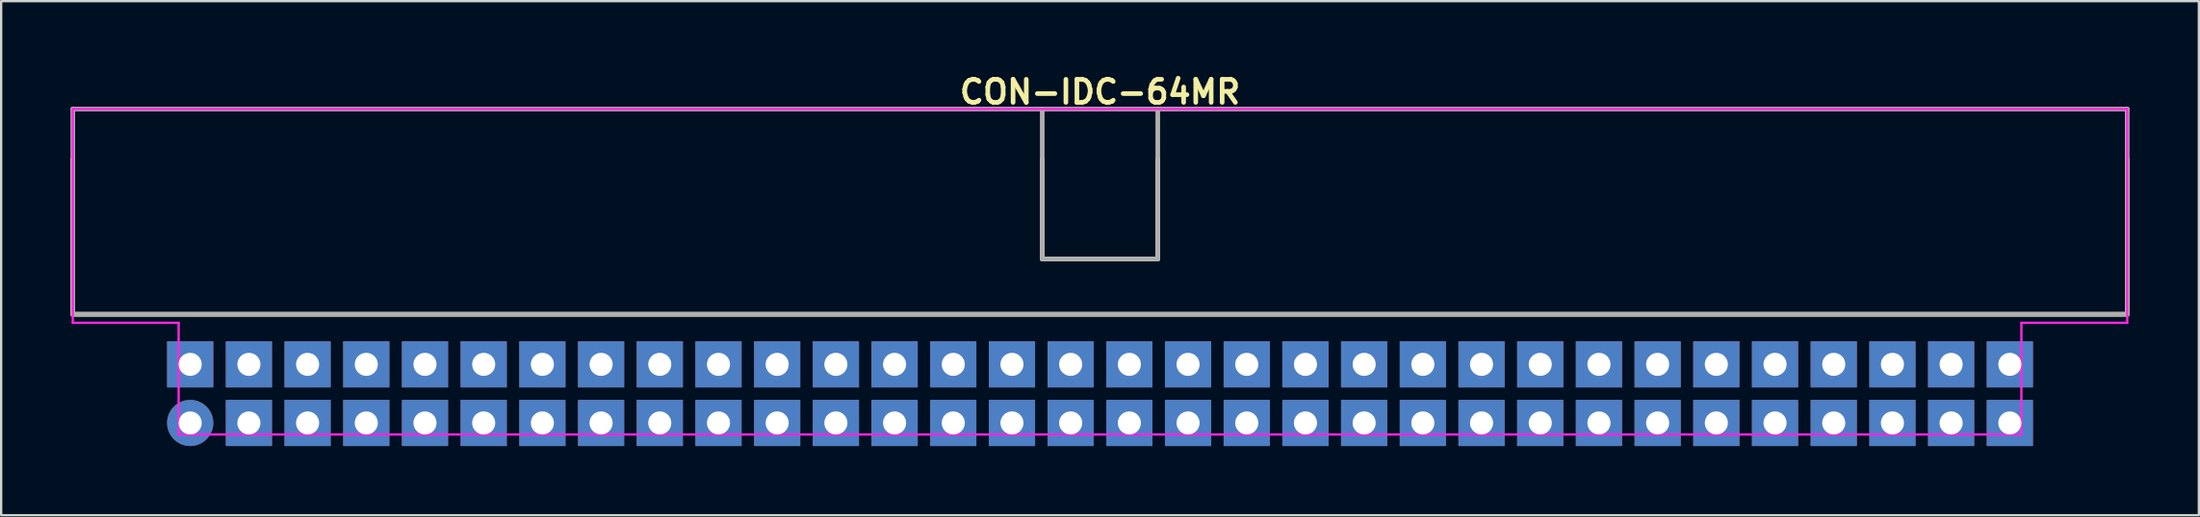
<source format=kicad_pcb>
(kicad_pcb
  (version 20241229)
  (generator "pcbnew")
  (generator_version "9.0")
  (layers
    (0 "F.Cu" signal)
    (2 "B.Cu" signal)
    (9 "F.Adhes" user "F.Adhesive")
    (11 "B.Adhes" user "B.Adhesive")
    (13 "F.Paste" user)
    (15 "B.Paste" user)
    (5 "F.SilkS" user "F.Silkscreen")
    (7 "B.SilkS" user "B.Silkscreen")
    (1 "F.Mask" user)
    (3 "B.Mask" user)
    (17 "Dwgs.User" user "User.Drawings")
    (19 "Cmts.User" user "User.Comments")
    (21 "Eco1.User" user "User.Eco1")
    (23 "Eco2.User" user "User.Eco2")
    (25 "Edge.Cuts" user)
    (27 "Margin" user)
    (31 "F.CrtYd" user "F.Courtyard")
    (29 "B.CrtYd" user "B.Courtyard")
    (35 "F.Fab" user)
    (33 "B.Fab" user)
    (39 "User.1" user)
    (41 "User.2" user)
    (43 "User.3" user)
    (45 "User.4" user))
  (footprint "CON-IDC-64MR"
    (layer "F.Cu")
    (at 44.55 14.017)
    (property "Reference" "CON-IDC-64MR" (at 0 -13.081 0) (layer "F.SilkS") (effects (font (size 1 1) (thickness 0.2))))
    (attr through_hole)
    (fp_line (start -44.45 -10.16) (end -44.45 -3.44) (stroke (width 0.2) (type solid)) (layer "F.SilkS"))
    (fp_line (start -44.45 -3.44) (end 44.45 -3.44) (stroke (width 0.2) (type solid)) (layer "F.SilkS"))
    (fp_line (start -2.5 -10.16) (end -2.5 -5.84) (stroke (width 0.2) (type solid)) (layer "F.SilkS"))
    (fp_line (start -2.5 -5.84) (end 2.5 -5.84) (stroke (width 0.2) (type solid)) (layer "F.SilkS"))
    (fp_line (start 2.5 -10.16) (end 2.5 -5.84) (stroke (width 0.2) (type solid)) (layer "F.SilkS"))
    (fp_line (start 44.45 -10.16) (end 44.45 -3.44) (stroke (width 0.2) (type solid)) (layer "F.SilkS"))
    (fp_line (start -44.45 -12.34) (end -44.45 -3.07) (stroke (width 0.1) (type solid)) (layer "F.CrtYd"))
    (fp_line (start -44.45 -12.34) (end 44.45 -12.34) (stroke (width 0.1) (type solid)) (layer "F.CrtYd"))
    (fp_line (start -44.45 -3.07) (end -39.87 -3.07) (stroke (width 0.1) (type solid)) (layer "F.CrtYd"))
    (fp_line (start -39.87 -3.07) (end -39.87 1.77) (stroke (width 0.1) (type solid)) (layer "F.CrtYd"))
    (fp_line (start -39.87 1.77) (end 39.87 1.77) (stroke (width 0.1) (type solid)) (layer "F.CrtYd"))
    (fp_line (start 39.87 -3.07) (end 39.87 1.77) (stroke (width 0.1) (type solid)) (layer "F.CrtYd"))
    (fp_line (start 39.87 -3.07) (end 44.45 -3.07) (stroke (width 0.1) (type solid)) (layer "F.CrtYd"))
    (fp_line (start 44.45 -12.34) (end 44.45 -3.07) (stroke (width 0.1) (type solid)) (layer "F.CrtYd"))
    (fp_line (start -44.45 -12.34) (end -44.45 -3.44) (stroke (width 0.2) (type solid)) (layer "F.Fab"))
    (fp_line (start -44.45 -12.34) (end 44.45 -12.34) (stroke (width 0.2) (type solid)) (layer "F.Fab"))
    (fp_line (start -44.45 -3.44) (end 44.45 -3.44) (stroke (width 0.2) (type solid)) (layer "F.Fab"))
    (fp_line (start -2.5 -12.34) (end -2.5 -5.84) (stroke (width 0.2) (type solid)) (layer "F.Fab"))
    (fp_line (start -2.5 -5.84) (end 2.5 -5.84) (stroke (width 0.2) (type solid)) (layer "F.Fab"))
    (fp_line (start 2.5 -12.34) (end 2.5 -5.84) (stroke (width 0.2) (type solid)) (layer "F.Fab"))
    (fp_line (start 44.45 -12.34) (end 44.45 -3.44) (stroke (width 0.2) (type solid)) (layer "F.Fab"))
    (pad "1" thru_hole circle (at -39.37 1.27) (size 2 2) (drill 1) (layers "B.Cu" "B.Mask"))
    (pad "2" thru_hole rect (at -39.37 -1.27) (size 2 2) (drill 1) (layers "B.Cu" "B.Mask"))
    (pad "3" thru_hole rect (at -36.83 1.27) (size 2 2) (drill 1) (layers "B.Cu" "B.Mask"))
    (pad "4" thru_hole rect (at -36.83 -1.27) (size 2 2) (drill 1) (layers "B.Cu" "B.Mask"))
    (pad "5" thru_hole rect (at -34.29 1.27) (size 2 2) (drill 1) (layers "B.Cu" "B.Mask"))
    (pad "6" thru_hole rect (at -34.29 -1.27) (size 2 2) (drill 1) (layers "B.Cu" "B.Mask"))
    (pad "7" thru_hole rect (at -31.75 1.27) (size 2 2) (drill 1) (layers "B.Cu" "B.Mask"))
    (pad "8" thru_hole rect (at -31.75 -1.27) (size 2 2) (drill 1) (layers "B.Cu" "B.Mask"))
    (pad "9" thru_hole rect (at -29.21 1.27) (size 2 2) (drill 1) (layers "B.Cu" "B.Mask"))
    (pad "10" thru_hole rect (at -29.21 -1.27) (size 2 2) (drill 1) (layers "B.Cu" "B.Mask"))
    (pad "11" thru_hole rect (at -26.67 1.27) (size 2 2) (drill 1) (layers "B.Cu" "B.Mask"))
    (pad "12" thru_hole rect (at -26.67 -1.27) (size 2 2) (drill 1) (layers "B.Cu" "B.Mask"))
    (pad "13" thru_hole rect (at -24.13 1.27) (size 2 2) (drill 1) (layers "B.Cu" "B.Mask"))
    (pad "14" thru_hole rect (at -24.13 -1.27) (size 2 2) (drill 1) (layers "B.Cu" "B.Mask"))
    (pad "15" thru_hole rect (at -21.59 1.27) (size 2 2) (drill 1) (layers "B.Cu" "B.Mask"))
    (pad "16" thru_hole rect (at -21.59 -1.27) (size 2 2) (drill 1) (layers "B.Cu" "B.Mask"))
    (pad "17" thru_hole rect (at -19.05 1.27) (size 2 2) (drill 1) (layers "B.Cu" "B.Mask"))
    (pad "18" thru_hole rect (at -19.05 -1.27) (size 2 2) (drill 1) (layers "B.Cu" "B.Mask"))
    (pad "19" thru_hole rect (at -16.51 1.27) (size 2 2) (drill 1) (layers "B.Cu" "B.Mask"))
    (pad "20" thru_hole rect (at -16.51 -1.27) (size 2 2) (drill 1) (layers "B.Cu" "B.Mask"))
    (pad "21" thru_hole rect (at -13.97 1.27) (size 2 2) (drill 1) (layers "B.Cu" "B.Mask"))
    (pad "22" thru_hole rect (at -13.97 -1.27) (size 2 2) (drill 1) (layers "B.Cu" "B.Mask"))
    (pad "23" thru_hole rect (at -11.43 1.27) (size 2 2) (drill 1) (layers "B.Cu" "B.Mask"))
    (pad "24" thru_hole rect (at -11.43 -1.27) (size 2 2) (drill 1) (layers "B.Cu" "B.Mask"))
    (pad "25" thru_hole rect (at -8.89 1.27) (size 2 2) (drill 1) (layers "B.Cu" "B.Mask"))
    (pad "26" thru_hole rect (at -8.89 -1.27) (size 2 2) (drill 1) (layers "B.Cu" "B.Mask"))
    (pad "27" thru_hole rect (at -6.35 1.27) (size 2 2) (drill 1) (layers "B.Cu" "B.Mask"))
    (pad "28" thru_hole rect (at -6.35 -1.27) (size 2 2) (drill 1) (layers "B.Cu" "B.Mask"))
    (pad "29" thru_hole rect (at -3.81 1.27) (size 2 2) (drill 1) (layers "B.Cu" "B.Mask"))
    (pad "30" thru_hole rect (at -3.81 -1.27) (size 2 2) (drill 1) (layers "B.Cu" "B.Mask"))
    (pad "31" thru_hole rect (at -1.27 1.27) (size 2 2) (drill 1) (layers "B.Cu" "B.Mask"))
    (pad "32" thru_hole rect (at -1.27 -1.27) (size 2 2) (drill 1) (layers "B.Cu" "B.Mask"))
    (pad "33" thru_hole rect (at 1.27 1.27) (size 2 2) (drill 1) (layers "B.Cu" "B.Mask"))
    (pad "34" thru_hole rect (at 1.27 -1.27) (size 2 2) (drill 1) (layers "B.Cu" "B.Mask"))
    (pad "35" thru_hole rect (at 3.81 1.27) (size 2 2) (drill 1) (layers "B.Cu" "B.Mask"))
    (pad "36" thru_hole rect (at 3.81 -1.27) (size 2 2) (drill 1) (layers "B.Cu" "B.Mask"))
    (pad "37" thru_hole rect (at 6.35 1.27) (size 2 2) (drill 1) (layers "B.Cu" "B.Mask"))
    (pad "38" thru_hole rect (at 6.35 -1.27) (size 2 2) (drill 1) (layers "B.Cu" "B.Mask"))
    (pad "39" thru_hole rect (at 8.89 1.27) (size 2 2) (drill 1) (layers "B.Cu" "B.Mask"))
    (pad "40" thru_hole rect (at 8.89 -1.27) (size 2 2) (drill 1) (layers "B.Cu" "B.Mask"))
    (pad "41" thru_hole rect (at 11.43 1.27) (size 2 2) (drill 1) (layers "B.Cu" "B.Mask"))
    (pad "42" thru_hole rect (at 11.43 -1.27) (size 2 2) (drill 1) (layers "B.Cu" "B.Mask"))
    (pad "43" thru_hole rect (at 13.97 1.27) (size 2 2) (drill 1) (layers "B.Cu" "B.Mask"))
    (pad "44" thru_hole rect (at 13.97 -1.27) (size 2 2) (drill 1) (layers "B.Cu" "B.Mask"))
    (pad "45" thru_hole rect (at 16.51 1.27) (size 2 2) (drill 1) (layers "B.Cu" "B.Mask"))
    (pad "46" thru_hole rect (at 16.51 -1.27) (size 2 2) (drill 1) (layers "B.Cu" "B.Mask"))
    (pad "47" thru_hole rect (at 19.05 1.27) (size 2 2) (drill 1) (layers "B.Cu" "B.Mask"))
    (pad "48" thru_hole rect (at 19.05 -1.27) (size 2 2) (drill 1) (layers "B.Cu" "B.Mask"))
    (pad "49" thru_hole rect (at 21.59 1.27) (size 2 2) (drill 1) (layers "B.Cu" "B.Mask"))
    (pad "50" thru_hole rect (at 21.59 -1.27) (size 2 2) (drill 1) (layers "B.Cu" "B.Mask"))
    (pad "51" thru_hole rect (at 24.13 1.27) (size 2 2) (drill 1) (layers "B.Cu" "B.Mask"))
    (pad "52" thru_hole rect (at 24.13 -1.27) (size 2 2) (drill 1) (layers "B.Cu" "B.Mask"))
    (pad "53" thru_hole rect (at 26.67 1.27) (size 2 2) (drill 1) (layers "B.Cu" "B.Mask"))
    (pad "54" thru_hole rect (at 26.67 -1.27) (size 2 2) (drill 1) (layers "B.Cu" "B.Mask"))
    (pad "55" thru_hole rect (at 29.21 1.27) (size 2 2) (drill 1) (layers "B.Cu" "B.Mask"))
    (pad "56" thru_hole rect (at 29.21 -1.27) (size 2 2) (drill 1) (layers "B.Cu" "B.Mask"))
    (pad "57" thru_hole rect (at 31.75 1.27) (size 2 2) (drill 1) (layers "B.Cu" "B.Mask"))
    (pad "58" thru_hole rect (at 31.75 -1.27) (size 2 2) (drill 1) (layers "B.Cu" "B.Mask"))
    (pad "59" thru_hole rect (at 34.29 1.27) (size 2 2) (drill 1) (layers "B.Cu" "B.Mask"))
    (pad "60" thru_hole rect (at 34.29 -1.27) (size 2 2) (drill 1) (layers "B.Cu" "B.Mask"))
    (pad "61" thru_hole rect (at 36.83 1.27) (size 2 2) (drill 1) (layers "B.Cu" "B.Mask"))
    (pad "62" thru_hole rect (at 36.83 -1.27) (size 2 2) (drill 1) (layers "B.Cu" "B.Mask"))
    (pad "63" thru_hole rect (at 39.37 1.27) (size 2 2) (drill 1) (layers "B.Cu" "B.Mask"))
    (pad "64" thru_hole rect (at 39.37 -1.27) (size 2 2) (drill 1) (layers "B.Cu" "B.Mask")))
  (gr_rect
    (start -3 -3)
    (end 92.1 19.287)
    (stroke (width 0.1) (type default))
    (fill no)
    (layer "Edge.Cuts")))
</source>
